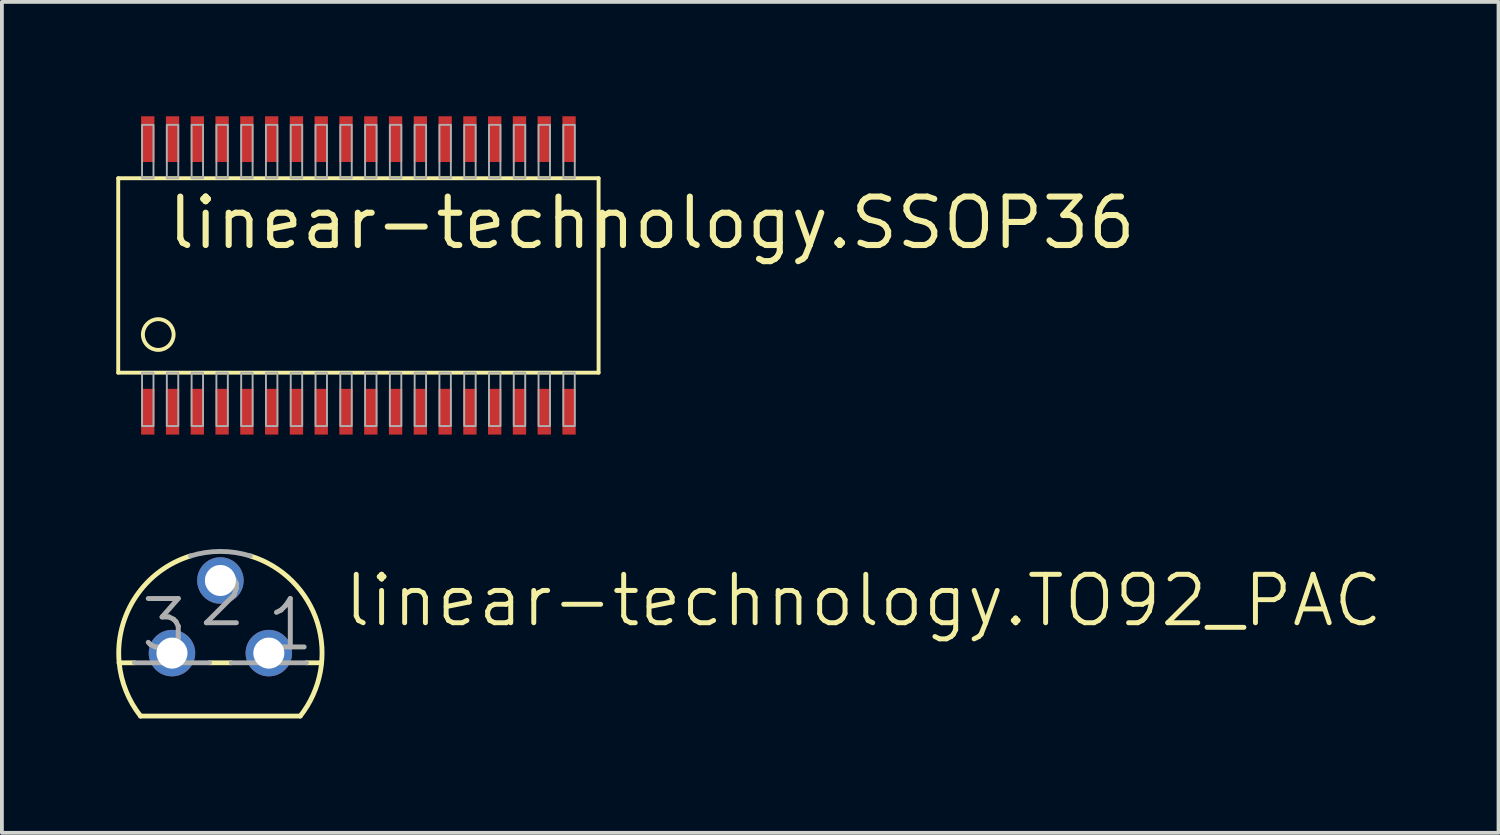
<source format=kicad_pcb>
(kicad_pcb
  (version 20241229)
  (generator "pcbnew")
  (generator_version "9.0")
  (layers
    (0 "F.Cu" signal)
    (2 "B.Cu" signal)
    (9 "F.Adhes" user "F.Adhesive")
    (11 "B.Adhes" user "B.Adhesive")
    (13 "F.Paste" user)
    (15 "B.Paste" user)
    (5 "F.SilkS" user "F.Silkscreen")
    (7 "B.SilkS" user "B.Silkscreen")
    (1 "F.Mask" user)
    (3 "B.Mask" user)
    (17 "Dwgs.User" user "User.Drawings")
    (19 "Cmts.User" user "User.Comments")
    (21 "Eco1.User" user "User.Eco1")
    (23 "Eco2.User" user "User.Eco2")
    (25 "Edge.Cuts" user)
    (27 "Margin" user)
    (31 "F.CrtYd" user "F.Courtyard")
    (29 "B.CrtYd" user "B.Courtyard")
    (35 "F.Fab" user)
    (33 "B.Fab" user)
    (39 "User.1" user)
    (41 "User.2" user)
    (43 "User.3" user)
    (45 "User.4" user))
  (footprint "linear-technology.SSOP36"
    (layer "F.Cu")
    (at 6.351 4.175)
    (property "Reference" "linear-technology.SSOP36" (at -5.08 -0.635 0) (layer "F.SilkS") (effects (font (size 1.27 1.27) (thickness 0.16)) (justify left bottom)))
    (attr smd)
    (fp_line (start -6.3 -2.55) (end 6.3 -2.55) (stroke (width 0.102) (type default)) (layer "F.SilkS"))
    (fp_line (start -6.3 2.55) (end -6.3 -2.55) (stroke (width 0.102) (type default)) (layer "F.SilkS"))
    (fp_line (start 6.3 -2.55) (end 6.3 2.55) (stroke (width 0.102) (type default)) (layer "F.SilkS"))
    (fp_line (start 6.3 2.55) (end -6.3 2.55) (stroke (width 0.102) (type default)) (layer "F.SilkS"))
    (fp_circle (center -5.25 1.55) (end -4.847 1.55) (stroke (width 0.102) (type default)) (fill no) (layer "F.SilkS"))
    (fp_rect (start -5.675 -2.55) (end -5.375 -3.95) (stroke (width 0.05) (type default)) (fill no) (layer "F.Fab"))
    (fp_rect (start -5.675 3.95) (end -5.375 2.55) (stroke (width 0.05) (type default)) (fill no) (layer "F.Fab"))
    (fp_rect (start -5.025 -2.55) (end -4.725 -3.95) (stroke (width 0.05) (type default)) (fill no) (layer "F.Fab"))
    (fp_rect (start -5.025 3.95) (end -4.725 2.55) (stroke (width 0.05) (type default)) (fill no) (layer "F.Fab"))
    (fp_rect (start -4.375 -2.55) (end -4.075 -3.95) (stroke (width 0.05) (type default)) (fill no) (layer "F.Fab"))
    (fp_rect (start -4.375 3.95) (end -4.075 2.55) (stroke (width 0.05) (type default)) (fill no) (layer "F.Fab"))
    (fp_rect (start -3.725 -2.55) (end -3.425 -3.95) (stroke (width 0.05) (type default)) (fill no) (layer "F.Fab"))
    (fp_rect (start -3.725 3.95) (end -3.425 2.55) (stroke (width 0.05) (type default)) (fill no) (layer "F.Fab"))
    (fp_rect (start -3.075 -2.55) (end -2.775 -3.95) (stroke (width 0.05) (type default)) (fill no) (layer "F.Fab"))
    (fp_rect (start -3.075 3.95) (end -2.775 2.55) (stroke (width 0.05) (type default)) (fill no) (layer "F.Fab"))
    (fp_rect (start -2.425 -2.55) (end -2.125 -3.95) (stroke (width 0.05) (type default)) (fill no) (layer "F.Fab"))
    (fp_rect (start -2.425 3.95) (end -2.125 2.55) (stroke (width 0.05) (type default)) (fill no) (layer "F.Fab"))
    (fp_rect (start -1.775 -2.55) (end -1.475 -3.95) (stroke (width 0.05) (type default)) (fill no) (layer "F.Fab"))
    (fp_rect (start -1.775 3.95) (end -1.475 2.55) (stroke (width 0.05) (type default)) (fill no) (layer "F.Fab"))
    (fp_rect (start -1.125 -2.55) (end -0.825 -3.95) (stroke (width 0.05) (type default)) (fill no) (layer "F.Fab"))
    (fp_rect (start -1.125 3.95) (end -0.825 2.55) (stroke (width 0.05) (type default)) (fill no) (layer "F.Fab"))
    (fp_rect (start -0.475 -2.55) (end -0.175 -3.95) (stroke (width 0.05) (type default)) (fill no) (layer "F.Fab"))
    (fp_rect (start -0.475 3.95) (end -0.175 2.55) (stroke (width 0.05) (type default)) (fill no) (layer "F.Fab"))
    (fp_rect (start 0.175 -2.55) (end 0.475 -3.95) (stroke (width 0.05) (type default)) (fill no) (layer "F.Fab"))
    (fp_rect (start 0.175 3.95) (end 0.475 2.55) (stroke (width 0.05) (type default)) (fill no) (layer "F.Fab"))
    (fp_rect (start 0.825 -2.55) (end 1.125 -3.95) (stroke (width 0.05) (type default)) (fill no) (layer "F.Fab"))
    (fp_rect (start 0.825 3.95) (end 1.125 2.55) (stroke (width 0.05) (type default)) (fill no) (layer "F.Fab"))
    (fp_rect (start 1.475 -2.55) (end 1.775 -3.95) (stroke (width 0.05) (type default)) (fill no) (layer "F.Fab"))
    (fp_rect (start 1.475 3.95) (end 1.775 2.55) (stroke (width 0.05) (type default)) (fill no) (layer "F.Fab"))
    (fp_rect (start 2.125 -2.55) (end 2.425 -3.95) (stroke (width 0.05) (type default)) (fill no) (layer "F.Fab"))
    (fp_rect (start 2.125 3.95) (end 2.425 2.55) (stroke (width 0.05) (type default)) (fill no) (layer "F.Fab"))
    (fp_rect (start 2.775 -2.55) (end 3.075 -3.95) (stroke (width 0.05) (type default)) (fill no) (layer "F.Fab"))
    (fp_rect (start 2.775 3.95) (end 3.075 2.55) (stroke (width 0.05) (type default)) (fill no) (layer "F.Fab"))
    (fp_rect (start 3.425 -2.55) (end 3.725 -3.95) (stroke (width 0.05) (type default)) (fill no) (layer "F.Fab"))
    (fp_rect (start 3.425 3.95) (end 3.725 2.55) (stroke (width 0.05) (type default)) (fill no) (layer "F.Fab"))
    (fp_rect (start 4.075 -2.55) (end 4.375 -3.95) (stroke (width 0.05) (type default)) (fill no) (layer "F.Fab"))
    (fp_rect (start 4.075 3.95) (end 4.375 2.55) (stroke (width 0.05) (type default)) (fill no) (layer "F.Fab"))
    (fp_rect (start 4.725 -2.55) (end 5.025 -3.95) (stroke (width 0.05) (type default)) (fill no) (layer "F.Fab"))
    (fp_rect (start 4.725 3.95) (end 5.025 2.55) (stroke (width 0.05) (type default)) (fill no) (layer "F.Fab"))
    (fp_rect (start 5.375 -2.55) (end 5.675 -3.95) (stroke (width 0.05) (type default)) (fill no) (layer "F.Fab"))
    (fp_rect (start 5.375 3.95) (end 5.675 2.55) (stroke (width 0.05) (type default)) (fill no) (layer "F.Fab"))
    (pad "1" smd roundrect (at -5.525 3.575) (size 0.35 1.2) (layers "F.Cu" "F.Mask" "F.Paste") (roundrect_rratio 0.01))
    (pad "2" smd roundrect (at -4.875 3.575) (size 0.35 1.2) (layers "F.Cu" "F.Mask" "F.Paste") (roundrect_rratio 0.01))
    (pad "3" smd roundrect (at -4.225 3.575) (size 0.35 1.2) (layers "F.Cu" "F.Mask" "F.Paste") (roundrect_rratio 0.01))
    (pad "4" smd roundrect (at -3.575 3.575) (size 0.35 1.2) (layers "F.Cu" "F.Mask" "F.Paste") (roundrect_rratio 0.01))
    (pad "5" smd roundrect (at -2.925 3.575) (size 0.35 1.2) (layers "F.Cu" "F.Mask" "F.Paste") (roundrect_rratio 0.01))
    (pad "6" smd roundrect (at -2.275 3.575) (size 0.35 1.2) (layers "F.Cu" "F.Mask" "F.Paste") (roundrect_rratio 0.01))
    (pad "7" smd roundrect (at -1.625 3.575) (size 0.35 1.2) (layers "F.Cu" "F.Mask" "F.Paste") (roundrect_rratio 0.01))
    (pad "8" smd roundrect (at -0.975 3.575) (size 0.35 1.2) (layers "F.Cu" "F.Mask" "F.Paste") (roundrect_rratio 0.01))
    (pad "9" smd roundrect (at -0.325 3.575) (size 0.35 1.2) (layers "F.Cu" "F.Mask" "F.Paste") (roundrect_rratio 0.01))
    (pad "10" smd roundrect (at 0.325 3.575) (size 0.35 1.2) (layers "F.Cu" "F.Mask" "F.Paste") (roundrect_rratio 0.01))
    (pad "11" smd roundrect (at 0.975 3.575) (size 0.35 1.2) (layers "F.Cu" "F.Mask" "F.Paste") (roundrect_rratio 0.01))
    (pad "12" smd roundrect (at 1.625 3.575) (size 0.35 1.2) (layers "F.Cu" "F.Mask" "F.Paste") (roundrect_rratio 0.01))
    (pad "13" smd roundrect (at 2.275 3.575) (size 0.35 1.2) (layers "F.Cu" "F.Mask" "F.Paste") (roundrect_rratio 0.01))
    (pad "14" smd roundrect (at 2.925 3.575) (size 0.35 1.2) (layers "F.Cu" "F.Mask" "F.Paste") (roundrect_rratio 0.01))
    (pad "15" smd roundrect (at 3.575 3.575) (size 0.35 1.2) (layers "F.Cu" "F.Mask" "F.Paste") (roundrect_rratio 0.01))
    (pad "16" smd roundrect (at 4.225 3.575) (size 0.35 1.2) (layers "F.Cu" "F.Mask" "F.Paste") (roundrect_rratio 0.01))
    (pad "17" smd roundrect (at 4.875 3.575) (size 0.35 1.2) (layers "F.Cu" "F.Mask" "F.Paste") (roundrect_rratio 0.01))
    (pad "18" smd roundrect (at 5.525 3.575) (size 0.35 1.2) (layers "F.Cu" "F.Mask" "F.Paste") (roundrect_rratio 0.01))
    (pad "19" smd roundrect (at 5.525 -3.575 180) (size 0.35 1.2) (layers "F.Cu" "F.Mask" "F.Paste") (roundrect_rratio 0.01))
    (pad "20" smd roundrect (at 4.875 -3.575 180) (size 0.35 1.2) (layers "F.Cu" "F.Mask" "F.Paste") (roundrect_rratio 0.01))
    (pad "21" smd roundrect (at 4.225 -3.575 180) (size 0.35 1.2) (layers "F.Cu" "F.Mask" "F.Paste") (roundrect_rratio 0.01))
    (pad "22" smd roundrect (at 3.575 -3.575 180) (size 0.35 1.2) (layers "F.Cu" "F.Mask" "F.Paste") (roundrect_rratio 0.01))
    (pad "23" smd roundrect (at 2.925 -3.575 180) (size 0.35 1.2) (layers "F.Cu" "F.Mask" "F.Paste") (roundrect_rratio 0.01))
    (pad "24" smd roundrect (at 2.275 -3.575 180) (size 0.35 1.2) (layers "F.Cu" "F.Mask" "F.Paste") (roundrect_rratio 0.01))
    (pad "25" smd roundrect (at 1.625 -3.575 180) (size 0.35 1.2) (layers "F.Cu" "F.Mask" "F.Paste") (roundrect_rratio 0.01))
    (pad "26" smd roundrect (at 0.975 -3.575 180) (size 0.35 1.2) (layers "F.Cu" "F.Mask" "F.Paste") (roundrect_rratio 0.01))
    (pad "27" smd roundrect (at 0.325 -3.575 180) (size 0.35 1.2) (layers "F.Cu" "F.Mask" "F.Paste") (roundrect_rratio 0.01))
    (pad "28" smd roundrect (at -0.325 -3.575 180) (size 0.35 1.2) (layers "F.Cu" "F.Mask" "F.Paste") (roundrect_rratio 0.01))
    (pad "29" smd roundrect (at -0.975 -3.575 180) (size 0.35 1.2) (layers "F.Cu" "F.Mask" "F.Paste") (roundrect_rratio 0.01))
    (pad "30" smd roundrect (at -1.625 -3.575 180) (size 0.35 1.2) (layers "F.Cu" "F.Mask" "F.Paste") (roundrect_rratio 0.01))
    (pad "31" smd roundrect (at -2.275 -3.575 180) (size 0.35 1.2) (layers "F.Cu" "F.Mask" "F.Paste") (roundrect_rratio 0.01))
    (pad "32" smd roundrect (at -2.925 -3.575 180) (size 0.35 1.2) (layers "F.Cu" "F.Mask" "F.Paste") (roundrect_rratio 0.01))
    (pad "33" smd roundrect (at -3.575 -3.575 180) (size 0.35 1.2) (layers "F.Cu" "F.Mask" "F.Paste") (roundrect_rratio 0.01))
    (pad "34" smd roundrect (at -4.225 -3.575 180) (size 0.35 1.2) (layers "F.Cu" "F.Mask" "F.Paste") (roundrect_rratio 0.01))
    (pad "35" smd roundrect (at -4.875 -3.575 180) (size 0.35 1.2) (layers "F.Cu" "F.Mask" "F.Paste") (roundrect_rratio 0.01))
    (pad "36" smd roundrect (at -5.525 -3.575 180) (size 0.35 1.2) (layers "F.Cu" "F.Mask" "F.Paste") (roundrect_rratio 0.01)))
  (footprint "linear-technology.TO92_PAC"
    (layer "F.Cu")
    (at 2.731 14.081)
    (property "Reference" "linear-technology.TO92_PAC" (at 3.175 -0.635 0) (layer "F.SilkS") (effects (font (size 1.27 1.27) (thickness 0.13)) (justify left bottom)))
    (attr through_hole)
    (fp_line (start -2.655 0.254) (end -2.254 0.254) (stroke (width 0.127) (type default)) (layer "F.SilkS"))
    (fp_line (start -2.095 1.651) (end 2.095 1.651) (stroke (width 0.127) (type default)) (layer "F.SilkS"))
    (fp_line (start -0.286 0.254) (end 0.286 0.254) (stroke (width 0.127) (type default)) (layer "F.SilkS"))
    (fp_line (start 2.254 0.254) (end 2.655 0.254) (stroke (width 0.127) (type default)) (layer "F.SilkS"))
    (fp_arc (start -2.6549 0.254) (mid -2.219001 -1.479565) (end -0.7863 -2.5485) (stroke (width 0.127) (type default)) (layer "F.SilkS"))
    (fp_arc (start -2.0946 1.651) (mid -2.475346 0.992847) (end -2.6549 0.254) (stroke (width 0.127) (type default)) (layer "F.SilkS"))
    (fp_arc (start 0.7863 -2.5484) (mid 2.546276 -0.793203) (end 2.0945 1.651) (stroke (width 0.127) (type default)) (layer "F.SilkS"))
    (fp_line (start -2.254 0.254) (end -0.286 0.254) (stroke (width 0.127) (type default)) (layer "F.Fab"))
    (fp_line (start 0.286 0.254) (end 2.254 0.254) (stroke (width 0.127) (type default)) (layer "F.Fab"))
    (fp_arc (start -0.7863 -2.5485) (mid 0 -2.667043) (end 0.7863 -2.5485) (stroke (width 0.127) (type default)) (layer "F.Fab"))
    (fp_text user "1" (at 1.143 0 0) (layer "F.Fab") (effects (font (size 1.27 1.27) (thickness 0.13)) (justify left bottom)))
    (fp_text user "2" (at -0.635 -0.635 0) (layer "F.Fab") (effects (font (size 1.27 1.27) (thickness 0.13)) (justify left bottom)))
    (fp_text user "3" (at -2.159 0 0) (layer "F.Fab") (effects (font (size 1.27 1.27) (thickness 0.13)) (justify left bottom)))
    (pad "1" thru_hole circle (at 1.27 0) (size 1.219 1.219) (drill 0.813) (layers "*.Cu" "*.Mask"))
    (pad "2" thru_hole circle (at 0 -1.905) (size 1.219 1.219) (drill 0.813) (layers "*.Cu" "*.Mask"))
    (pad "3" thru_hole circle (at -1.27 0) (size 1.219 1.219) (drill 0.813) (layers "*.Cu" "*.Mask")))
  (gr_rect
    (start -3 -3)
    (end 36.256 18.795)
    (stroke (width 0.1) (type default))
    (fill no)
    (layer "Edge.Cuts")))
</source>
